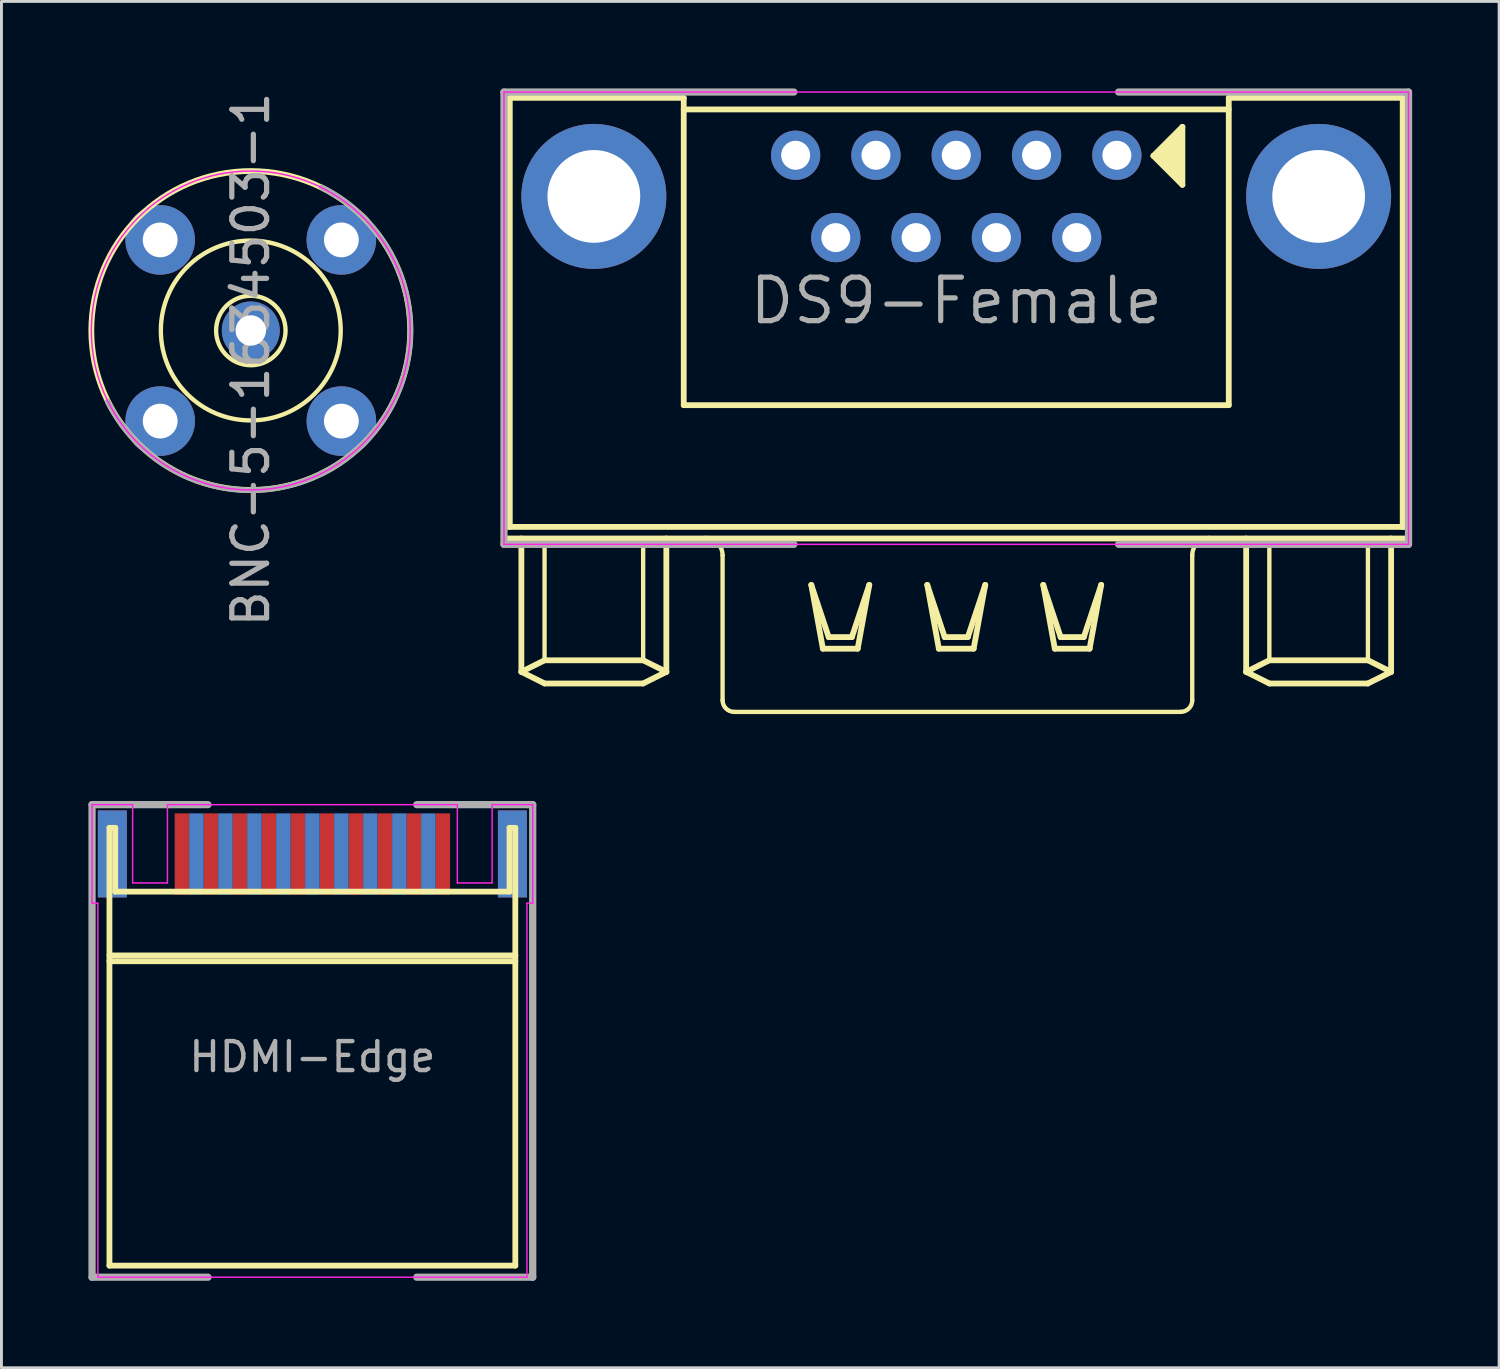
<source format=kicad_pcb>
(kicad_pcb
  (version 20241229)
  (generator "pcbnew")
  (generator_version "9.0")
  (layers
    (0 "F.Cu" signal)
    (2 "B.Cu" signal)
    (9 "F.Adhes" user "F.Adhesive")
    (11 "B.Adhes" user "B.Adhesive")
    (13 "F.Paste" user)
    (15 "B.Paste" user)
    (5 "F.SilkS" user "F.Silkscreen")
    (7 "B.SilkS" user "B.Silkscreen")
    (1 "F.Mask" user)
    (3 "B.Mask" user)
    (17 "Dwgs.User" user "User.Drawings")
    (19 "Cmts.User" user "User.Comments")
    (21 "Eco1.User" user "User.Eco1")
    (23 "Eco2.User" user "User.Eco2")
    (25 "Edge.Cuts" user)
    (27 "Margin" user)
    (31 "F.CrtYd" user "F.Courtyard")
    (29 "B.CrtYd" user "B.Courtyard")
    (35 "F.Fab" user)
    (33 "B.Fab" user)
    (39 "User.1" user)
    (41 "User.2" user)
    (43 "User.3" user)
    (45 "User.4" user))
  (footprint "BNC-5-1634503-1"
    (layer "F.Cu")
    (at 5.6 8.35)
    (property "Reference" "BNC-5-1634503-1" (at 0 1 90) (layer "F.Fab") (effects (font (size 1.2 1.2) (thickness 0.18))))
    (attr through_hole)
    (fp_circle (center 0 0) (end 0 3.102) (stroke (width 0.15) (type solid)) (fill no) (layer "F.SilkS"))
    (fp_circle (center 0 0) (end 0 5.5) (stroke (width 0.2) (type solid)) (fill no) (layer "F.SilkS"))
    (fp_circle (center 0.002 0) (end 1.2 0) (stroke (width 0.15) (type solid)) (fill no) (layer "F.SilkS"))
    (fp_circle (center 0 0) (end 5.5 0) (stroke (width 0.05) (type solid)) (fill no) (layer "F.CrtYd"))
    (fp_arc (start 2.443514 -4.936896) (mid 5.508511 -0.00362) (end 2.45 4.933681) (stroke (width 0.2) (type solid)) (layer "F.Fab"))
    (fp_arc (start 4.936896 2.443514) (mid 0.00362 5.508511) (end -4.933681 2.45) (stroke (width 0.2) (type solid)) (layer "F.Fab"))
    (pad "1" thru_hole circle (at 0 0 270) (size 2 2) (drill 1.05) (layers "*.Cu" "*.Mask"))
    (pad "2" thru_hole circle (at -3.125 -3.125 180) (size 2.4 2.4) (drill 1.2) (layers "*.Cu" "*.Mask"))
    (pad "2" thru_hole circle (at -3.125 3.125) (size 2.4 2.4) (drill 1.2) (layers "*.Cu" "*.Mask"))
    (pad "2" thru_hole circle (at 3.125 -3.125) (size 2.4 2.4) (drill 1.2) (layers "*.Cu" "*.Mask"))
    (pad "2" thru_hole circle (at 3.125 3.125) (size 2.4 2.4) (drill 1.2) (layers "*.Cu" "*.Mask")))
  (footprint "DS9-Female"
    (layer "F.Cu")
    (at 29.934 3.725)
    (property "Reference" "DS9-Female" (at 0 3.6 0) (layer "F.Fab") (effects (font (size 1.5 1.5) (thickness 0.18))))
    (attr through_hole)
    (fp_line (start -15.6 11.4) (end -15.6 11.8) (stroke (width 0.2) (type solid)) (layer "F.SilkS"))
    (fp_line (start -15.6 11.4) (end 15.6 11.4) (stroke (width 0.2) (type solid)) (layer "F.SilkS"))
    (fp_line (start -15.6 11.8) (end 15.6 11.8) (stroke (width 0.2) (type solid)) (layer "F.SilkS"))
    (fp_line (start -15.4 -3.4) (end -9.4 -3.4) (stroke (width 0.2) (type solid)) (layer "F.SilkS"))
    (fp_line (start -15.4 11.4) (end -15.4 -3.4) (stroke (width 0.2) (type solid)) (layer "F.SilkS"))
    (fp_line (start -15 16.4) (end -15 11.8) (stroke (width 0.2) (type solid)) (layer "F.SilkS"))
    (fp_line (start -14.2 16) (end -15 16.4) (stroke (width 0.2) (type solid)) (layer "F.SilkS"))
    (fp_line (start -14.2 16) (end -14.2 11.8) (stroke (width 0.15) (type solid)) (layer "F.SilkS"))
    (fp_line (start -14.2 16.8) (end -15 16.4) (stroke (width 0.2) (type solid)) (layer "F.SilkS"))
    (fp_line (start -14.2 16.8) (end -10.8 16.8) (stroke (width 0.2) (type solid)) (layer "F.SilkS"))
    (fp_line (start -10.8 16) (end -14.2 16) (stroke (width 0.2) (type solid)) (layer "F.SilkS"))
    (fp_line (start -10.8 16) (end -10.8 11.8) (stroke (width 0.15) (type solid)) (layer "F.SilkS"))
    (fp_line (start -10 16.4) (end -10.8 16) (stroke (width 0.2) (type solid)) (layer "F.SilkS"))
    (fp_line (start -10 16.4) (end -10.8 16.8) (stroke (width 0.2) (type solid)) (layer "F.SilkS"))
    (fp_line (start -10 16.4) (end -10 11.8) (stroke (width 0.2) (type solid)) (layer "F.SilkS"))
    (fp_line (start -9.4 -3.4) (end -9.4 7.2) (stroke (width 0.2) (type solid)) (layer "F.SilkS"))
    (fp_line (start -9.4 -3) (end 9.4 -3) (stroke (width 0.2) (type solid)) (layer "F.SilkS"))
    (fp_line (start -9.4 7.2) (end 9.4 7.2) (stroke (width 0.2) (type solid)) (layer "F.SilkS"))
    (fp_line (start -8.06 12.38) (end -8.06 17.38) (stroke (width 0.15) (type solid)) (layer "F.SilkS"))
    (fp_line (start -7.66 17.78) (end 7.74 17.78) (stroke (width 0.15) (type solid)) (layer "F.SilkS"))
    (fp_line (start -5 13.4) (end -4.6 15.6) (stroke (width 0.2) (type solid)) (layer "F.SilkS"))
    (fp_line (start -4.6 15.6) (end -3.4 15.6) (stroke (width 0.2) (type solid)) (layer "F.SilkS"))
    (fp_line (start -4.4 15.2) (end -5 13.4) (stroke (width 0.2) (type solid)) (layer "F.SilkS"))
    (fp_line (start -3.6 15.2) (end -4.4 15.2) (stroke (width 0.2) (type solid)) (layer "F.SilkS"))
    (fp_line (start -3.4 15.6) (end -3 13.4) (stroke (width 0.2) (type solid)) (layer "F.SilkS"))
    (fp_line (start -3 13.4) (end -3.6 15.2) (stroke (width 0.2) (type solid)) (layer "F.SilkS"))
    (fp_line (start -1 13.4) (end -0.6 15.6) (stroke (width 0.2) (type solid)) (layer "F.SilkS"))
    (fp_line (start -0.6 15.6) (end 0.6 15.6) (stroke (width 0.2) (type solid)) (layer "F.SilkS"))
    (fp_line (start -0.4 15.2) (end -1 13.4) (stroke (width 0.2) (type solid)) (layer "F.SilkS"))
    (fp_line (start 0.4 15.2) (end -0.4 15.2) (stroke (width 0.2) (type solid)) (layer "F.SilkS"))
    (fp_line (start 0.6 15.6) (end 1 13.4) (stroke (width 0.2) (type solid)) (layer "F.SilkS"))
    (fp_line (start 1 13.4) (end 0.4 15.2) (stroke (width 0.2) (type solid)) (layer "F.SilkS"))
    (fp_line (start 3 13.4) (end 3.4 15.6) (stroke (width 0.2) (type solid)) (layer "F.SilkS"))
    (fp_line (start 3.4 15.6) (end 4.6 15.6) (stroke (width 0.2) (type solid)) (layer "F.SilkS"))
    (fp_line (start 3.6 15.2) (end 3 13.4) (stroke (width 0.2) (type solid)) (layer "F.SilkS"))
    (fp_line (start 4.4 15.2) (end 3.6 15.2) (stroke (width 0.2) (type solid)) (layer "F.SilkS"))
    (fp_line (start 4.6 15.6) (end 5 13.4) (stroke (width 0.2) (type solid)) (layer "F.SilkS"))
    (fp_line (start 5 13.4) (end 4.4 15.2) (stroke (width 0.2) (type solid)) (layer "F.SilkS"))
    (fp_line (start 6.8 -1.4) (end 7.8 -2.4) (stroke (width 0.2) (type solid)) (layer "F.SilkS"))
    (fp_line (start 6.8 -1.4) (end 7.8 -0.4) (stroke (width 0.2) (type solid)) (layer "F.SilkS"))
    (fp_line (start 7 -1.4) (end 7.7 -2.1) (stroke (width 0.25) (type solid)) (layer "F.SilkS"))
    (fp_line (start 7.1 -1.3) (end 7.5 -1.7) (stroke (width 0.25) (type solid)) (layer "F.SilkS"))
    (fp_line (start 7.5 -1.7) (end 7.5 -1.1) (stroke (width 0.25) (type solid)) (layer "F.SilkS"))
    (fp_line (start 7.5 -1.1) (end 7.3 -1.3) (stroke (width 0.25) (type solid)) (layer "F.SilkS"))
    (fp_line (start 7.7 -2.1) (end 7.7 -0.7) (stroke (width 0.25) (type solid)) (layer "F.SilkS"))
    (fp_line (start 7.7 -0.7) (end 7.1 -1.3) (stroke (width 0.25) (type solid)) (layer "F.SilkS"))
    (fp_line (start 7.8 -0.4) (end 7.8 -2.4) (stroke (width 0.2) (type solid)) (layer "F.SilkS"))
    (fp_line (start 8.14 17.38) (end 8.14 12.38) (stroke (width 0.15) (type solid)) (layer "F.SilkS"))
    (fp_line (start 9.4 -3.4) (end 15.4 -3.4) (stroke (width 0.2) (type solid)) (layer "F.SilkS"))
    (fp_line (start 9.4 7.2) (end 9.4 -3.4) (stroke (width 0.2) (type solid)) (layer "F.SilkS"))
    (fp_line (start 10 16.4) (end 10 11.8) (stroke (width 0.2) (type solid)) (layer "F.SilkS"))
    (fp_line (start 10.8 16) (end 10 16.4) (stroke (width 0.2) (type solid)) (layer "F.SilkS"))
    (fp_line (start 10.8 16) (end 10.8 11.8) (stroke (width 0.15) (type solid)) (layer "F.SilkS"))
    (fp_line (start 10.8 16.8) (end 10 16.4) (stroke (width 0.2) (type solid)) (layer "F.SilkS"))
    (fp_line (start 10.8 16.8) (end 14.2 16.8) (stroke (width 0.2) (type solid)) (layer "F.SilkS"))
    (fp_line (start 14.2 16) (end 10.8 16) (stroke (width 0.2) (type solid)) (layer "F.SilkS"))
    (fp_line (start 14.2 16) (end 14.2 11.8) (stroke (width 0.15) (type solid)) (layer "F.SilkS"))
    (fp_line (start 15 16.4) (end 14.2 16) (stroke (width 0.2) (type solid)) (layer "F.SilkS"))
    (fp_line (start 15 16.4) (end 14.2 16.8) (stroke (width 0.2) (type solid)) (layer "F.SilkS"))
    (fp_line (start 15 16.4) (end 15 11.8) (stroke (width 0.2) (type solid)) (layer "F.SilkS"))
    (fp_line (start 15.4 -3.4) (end 15.4 11.4) (stroke (width 0.2) (type solid)) (layer "F.SilkS"))
    (fp_line (start 15.6 11.8) (end 15.6 11.4) (stroke (width 0.2) (type solid)) (layer "F.SilkS"))
    (fp_arc (start -8.66 11.78) (mid -8.235736 11.955736) (end -8.06 12.38) (stroke (width 0.15) (type solid)) (layer "F.SilkS"))
    (fp_arc (start -7.66 17.78) (mid -7.942843 17.662843) (end -8.06 17.38) (stroke (width 0.15) (type solid)) (layer "F.SilkS"))
    (fp_arc (start 8.14 12.38) (mid 8.315736 11.955736) (end 8.74 11.78) (stroke (width 0.15) (type solid)) (layer "F.SilkS"))
    (fp_arc (start 8.14 17.38) (mid 8.022843 17.662843) (end 7.74 17.78) (stroke (width 0.15) (type solid)) (layer "F.SilkS"))
    (fp_line (start -15.6 -3.6) (end -15.6 12) (stroke (width 0.05) (type solid)) (layer "F.CrtYd"))
    (fp_line (start -15.6 12) (end 15.6 12) (stroke (width 0.05) (type solid)) (layer "F.CrtYd"))
    (fp_line (start 15.6 -3.6) (end -15.6 -3.6) (stroke (width 0.05) (type solid)) (layer "F.CrtYd"))
    (fp_line (start 15.6 12) (end 15.6 -3.6) (stroke (width 0.05) (type solid)) (layer "F.CrtYd"))
    (fp_line (start -15.6 -3.6) (end -15.6 12) (stroke (width 0.25) (type solid)) (layer "F.Fab"))
    (fp_line (start -15.6 12) (end -5.6 12) (stroke (width 0.25) (type solid)) (layer "F.Fab"))
    (fp_line (start -5.6 -3.6) (end -15.6 -3.6) (stroke (width 0.25) (type solid)) (layer "F.Fab"))
    (fp_line (start 5.6 -3.6) (end 15.6 -3.6) (stroke (width 0.25) (type solid)) (layer "F.Fab"))
    (fp_line (start 15.6 -3.6) (end 15.6 12) (stroke (width 0.25) (type solid)) (layer "F.Fab"))
    (fp_line (start 15.6 12) (end 5.6 12) (stroke (width 0.25) (type solid)) (layer "F.Fab"))
    (pad "1" thru_hole circle (at 5.54 -1.42) (size 1.7 1.7) (drill 1) (layers "*.Cu" "*.Mask"))
    (pad "2" thru_hole circle (at 2.77 -1.42) (size 1.7 1.7) (drill 1) (layers "*.Cu" "*.Mask"))
    (pad "3" thru_hole circle (at 0 -1.42) (size 1.7 1.7) (drill 1) (layers "*.Cu" "*.Mask"))
    (pad "4" thru_hole circle (at -2.77 -1.42) (size 1.7 1.7) (drill 1) (layers "*.Cu" "*.Mask"))
    (pad "5" thru_hole circle (at -5.54 -1.42) (size 1.7 1.7) (drill 1) (layers "*.Cu" "*.Mask"))
    (pad "6" thru_hole circle (at 4.155 1.42) (size 1.7 1.7) (drill 1) (layers "*.Cu" "*.Mask"))
    (pad "7" thru_hole circle (at 1.385 1.42) (size 1.7 1.7) (drill 1) (layers "*.Cu" "*.Mask"))
    (pad "8" thru_hole circle (at -1.385 1.42) (size 1.7 1.7) (drill 1) (layers "*.Cu" "*.Mask"))
    (pad "9" thru_hole circle (at -12.5 0) (size 5 5) (drill 3.2) (layers "*.Cu" "*.Mask"))
    (pad "9" thru_hole circle (at -4.155 1.42) (size 1.7 1.7) (drill 1) (layers "*.Cu" "*.Mask"))
    (pad "9" thru_hole circle (at 12.5 0) (size 5 5) (drill 3.2) (layers "*.Cu" "*.Mask")))
  (footprint "HDMI-Edge"
    (layer "F.Cu")
    (at 7.725 26.405)
    (property "Reference" "HDMI-Edge" (at 0 7 0) (layer "F.Fab") (effects (font (size 1 1) (thickness 0.15))))
    (attr smd)
    (fp_line (start -7 14.2) (end -7 -0.9) (stroke (width 0.2) (type solid)) (layer "F.SilkS"))
    (fp_line (start -6.8 -0.9) (end -7 -0.9) (stroke (width 0.2) (type solid)) (layer "F.SilkS"))
    (fp_line (start -6.8 1.3) (end -6.8 -0.9) (stroke (width 0.2) (type solid)) (layer "F.SilkS"))
    (fp_line (start 6.8 1.3) (end -6.8 1.3) (stroke (width 0.2) (type solid)) (layer "F.SilkS"))
    (fp_line (start 6.8 1.3) (end 6.8 -0.9) (stroke (width 0.2) (type solid)) (layer "F.SilkS"))
    (fp_line (start 7 -0.9) (end 6.8 -0.9) (stroke (width 0.2) (type solid)) (layer "F.SilkS"))
    (fp_line (start 7 3.5) (end -7 3.5) (stroke (width 0.2) (type solid)) (layer "F.SilkS"))
    (fp_line (start 7 3.7) (end -7 3.7) (stroke (width 0.2) (type solid)) (layer "F.SilkS"))
    (fp_line (start 7 14.2) (end -7 14.2) (stroke (width 0.2) (type solid)) (layer "F.SilkS"))
    (fp_line (start 7 14.2) (end 7 -0.9) (stroke (width 0.2) (type solid)) (layer "F.SilkS"))
    (fp_line (start -7.6 1.7) (end -7.6 -1.7) (stroke (width 0.05) (type solid)) (layer "F.CrtYd"))
    (fp_line (start -7.4 1.7) (end -7.6 1.7) (stroke (width 0.05) (type solid)) (layer "F.CrtYd"))
    (fp_line (start -7.4 14.6) (end -7.4 1.7) (stroke (width 0.05) (type solid)) (layer "F.CrtYd"))
    (fp_line (start -7.4 14.6) (end 7.4 14.6) (stroke (width 0.05) (type solid)) (layer "F.CrtYd"))
    (fp_line (start -6.2 -1.7) (end -7.6 -1.7) (stroke (width 0.05) (type solid)) (layer "F.CrtYd"))
    (fp_line (start -6.2 -1.7) (end -6.2 1) (stroke (width 0.05) (type solid)) (layer "F.CrtYd"))
    (fp_line (start -5 -1.7) (end -5 1) (stroke (width 0.05) (type solid)) (layer "F.CrtYd"))
    (fp_line (start -5 1) (end -6.2 1) (stroke (width 0.05) (type solid)) (layer "F.CrtYd"))
    (fp_line (start 5 -1.7) (end -5 -1.7) (stroke (width 0.05) (type solid)) (layer "F.CrtYd"))
    (fp_line (start 5 -1.7) (end 5 1) (stroke (width 0.05) (type solid)) (layer "F.CrtYd"))
    (fp_line (start 6.2 -1.7) (end 6.2 1) (stroke (width 0.05) (type solid)) (layer "F.CrtYd"))
    (fp_line (start 6.2 1) (end 5 1) (stroke (width 0.05) (type solid)) (layer "F.CrtYd"))
    (fp_line (start 7.4 14.6) (end 7.4 1.7) (stroke (width 0.05) (type solid)) (layer "F.CrtYd"))
    (fp_line (start 7.6 -1.7) (end 6.2 -1.7) (stroke (width 0.05) (type solid)) (layer "F.CrtYd"))
    (fp_line (start 7.6 1.7) (end 7.4 1.7) (stroke (width 0.05) (type solid)) (layer "F.CrtYd"))
    (fp_line (start 7.6 1.7) (end 7.6 -1.7) (stroke (width 0.05) (type solid)) (layer "F.CrtYd"))
    (fp_line (start -7.6 -1.7) (end -3.6 -1.7) (stroke (width 0.25) (type default)) (layer "F.Fab"))
    (fp_line (start -7.6 14.6) (end -7.6 -1.7) (stroke (width 0.25) (type default)) (layer "F.Fab"))
    (fp_line (start -3.6 14.6) (end -7.6 14.6) (stroke (width 0.25) (type default)) (layer "F.Fab"))
    (fp_line (start 3.6 -1.7) (end 7.6 -1.7) (stroke (width 0.25) (type default)) (layer "F.Fab"))
    (fp_line (start 7.6 14.6) (end 3.6 14.6) (stroke (width 0.25) (type default)) (layer "F.Fab"))
    (fp_line (start 7.6 14.6) (end 7.6 -1.7) (stroke (width 0.25) (type default)) (layer "F.Fab"))
    (pad "0" smd rect (at -6.9 0) (size 1 3) (layers "F.Cu" "F.Mask" "F.Paste"))
    (pad "0" smd rect (at -6.9 0) (size 1 3) (layers "B.Cu" "B.Mask" "B.Paste"))
    (pad "0" smd rect (at 6.9 0) (size 1 3) (layers "F.Cu" "F.Mask" "F.Paste"))
    (pad "0" smd rect (at 6.9 0) (size 1 3) (layers "B.Cu" "B.Mask" "B.Paste"))
    (pad "1" smd rect (at -4.5 0) (size 0.5 2.8) (layers "F.Cu" "F.Mask" "F.Paste"))
    (pad "2" smd rect (at -4 0) (size 0.5 2.8) (layers "B.Cu" "B.Mask" "B.Paste"))
    (pad "3" smd rect (at -3.5 0) (size 0.5 2.8) (layers "F.Cu" "F.Mask" "F.Paste"))
    (pad "4" smd rect (at -3 0) (size 0.5 2.8) (layers "B.Cu" "B.Mask" "B.Paste"))
    (pad "5" smd rect (at -2.5 0) (size 0.5 2.8) (layers "F.Cu" "F.Mask" "F.Paste"))
    (pad "6" smd rect (at -2 0) (size 0.5 2.8) (layers "B.Cu" "B.Mask" "B.Paste"))
    (pad "7" smd rect (at -1.5 0) (size 0.5 2.8) (layers "F.Cu" "F.Mask" "F.Paste"))
    (pad "8" smd rect (at -1 0) (size 0.5 2.8) (layers "B.Cu" "B.Mask" "B.Paste"))
    (pad "9" smd rect (at -0.5 0) (size 0.5 2.8) (layers "F.Cu" "F.Mask" "F.Paste"))
    (pad "10" smd rect (at 0 0) (size 0.5 2.8) (layers "B.Cu" "B.Mask" "B.Paste"))
    (pad "11" smd rect (at 0.5 0) (size 0.5 2.8) (layers "F.Cu" "F.Mask" "F.Paste"))
    (pad "12" smd rect (at 1 0) (size 0.5 2.8) (layers "B.Cu" "B.Mask" "B.Paste"))
    (pad "13" smd rect (at 1.5 0) (size 0.5 2.8) (layers "F.Cu" "F.Mask" "F.Paste"))
    (pad "14" smd rect (at 2 0) (size 0.5 2.8) (layers "B.Cu" "B.Mask" "B.Paste"))
    (pad "15" smd rect (at 2.5 0) (size 0.5 2.8) (layers "F.Cu" "F.Mask" "F.Paste"))
    (pad "16" smd rect (at 3 0) (size 0.5 2.8) (layers "B.Cu" "B.Mask" "B.Paste"))
    (pad "17" smd rect (at 3.5 0) (size 0.5 2.8) (layers "F.Cu" "F.Mask" "F.Paste"))
    (pad "18" smd rect (at 4 0) (size 0.5 2.8) (layers "B.Cu" "B.Mask" "B.Paste"))
    (pad "19" smd rect (at 4.5 0) (size 0.5 2.8) (layers "F.Cu" "F.Mask" "F.Paste")))
  (gr_rect
    (start -3 -3)
    (end 48.659 44.13)
    (stroke (width 0.1) (type default))
    (fill no)
    (layer "Edge.Cuts")))
</source>
